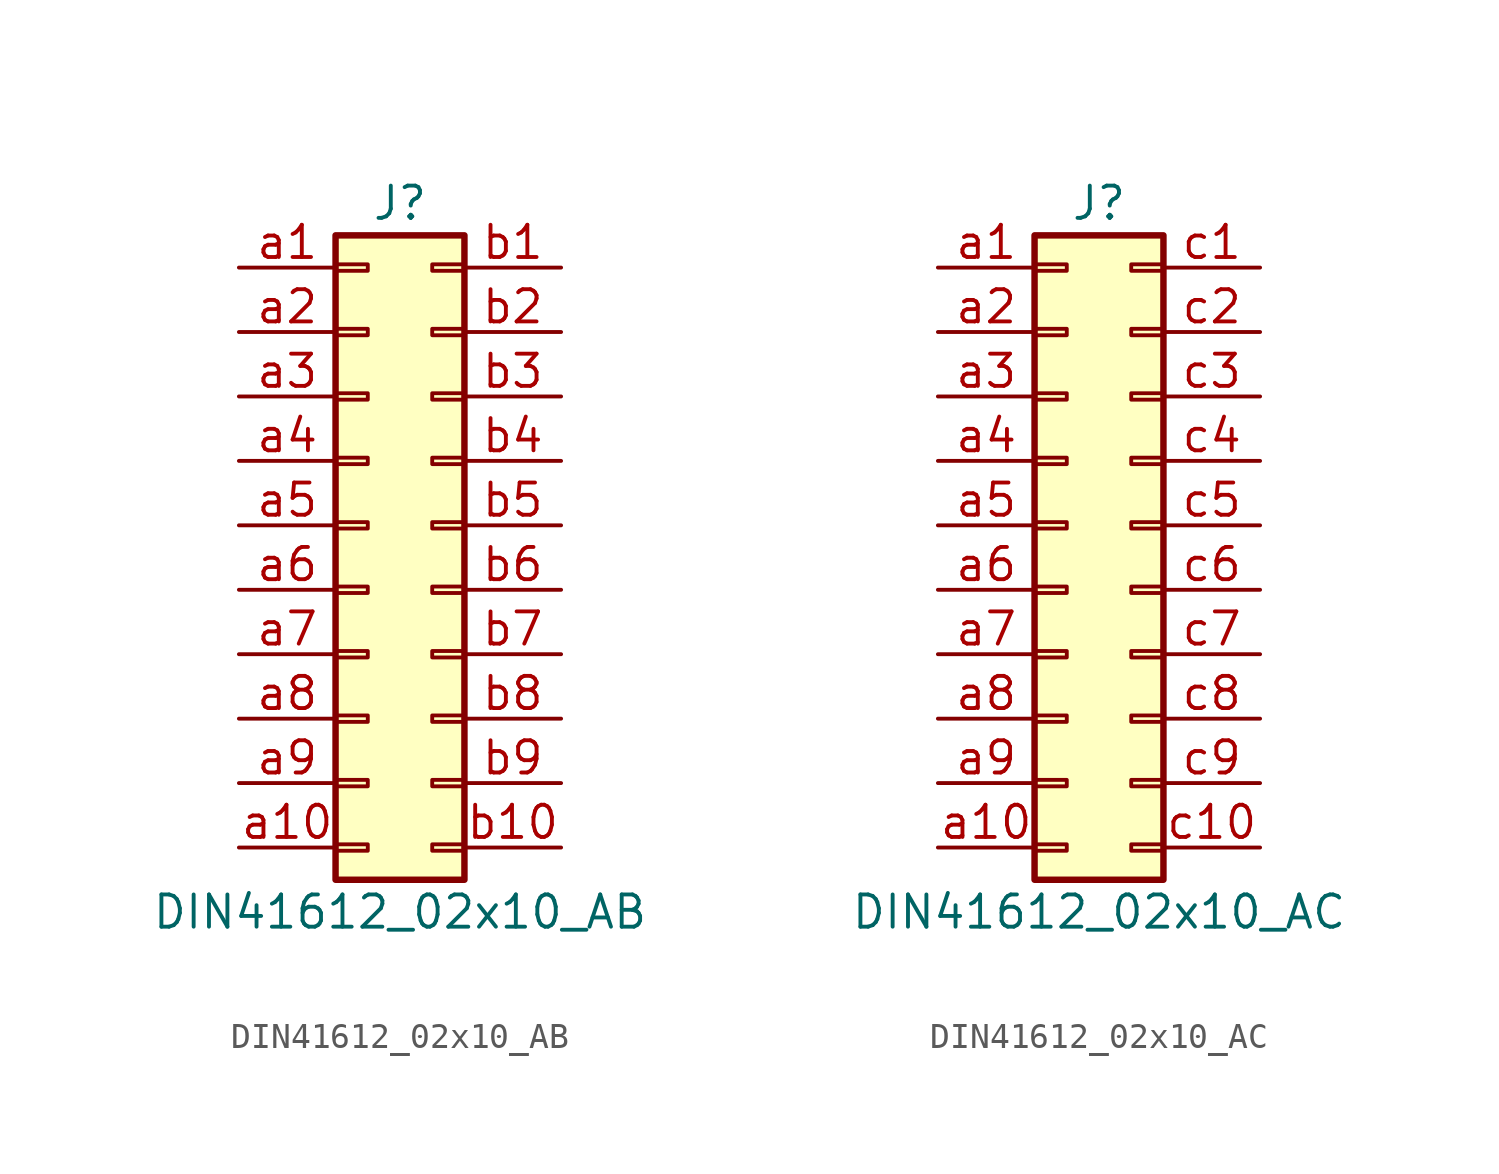
<source format=kicad_sym>
(kicad_symbol_lib
  (version 20241209)
  (generator "kicad_symbol_editor")
  (generator_version "9.0")
  (symbol "DIN41612_02x10_AB"
    (pin_names
      (offset 1.016)
      (hide yes))
    (property "Reference" "J"
      (at 1.27 12.7 0)
      (effects (font (size 1.27 1.27))))
    (property "Value" "DIN41612_02x10_AB"
      (at 1.27 -15.24 0)
      (effects (font (size 1.27 1.27))))
    (symbol "DIN41612_02x10_AB_1_1"
      (rectangle (start -1.27 11.43) (end 3.81 -13.97) (stroke (width 0.254) (type default)) (fill (type background)))
      (rectangle (start -1.27 10.287) (end 0 10.033) (stroke (width 0.152) (type default)) (fill (type none)))
      (rectangle (start -1.27 7.747) (end 0 7.493) (stroke (width 0.152) (type default)) (fill (type none)))
      (rectangle (start -1.27 5.207) (end 0 4.953) (stroke (width 0.152) (type default)) (fill (type none)))
      (rectangle (start -1.27 2.667) (end 0 2.413) (stroke (width 0.152) (type default)) (fill (type none)))
      (rectangle (start -1.27 0.127) (end 0 -0.127) (stroke (width 0.152) (type default)) (fill (type none)))
      (rectangle (start -1.27 -2.413) (end 0 -2.667) (stroke (width 0.152) (type default)) (fill (type none)))
      (rectangle (start -1.27 -4.953) (end 0 -5.207) (stroke (width 0.152) (type default)) (fill (type none)))
      (rectangle (start -1.27 -7.493) (end 0 -7.747) (stroke (width 0.152) (type default)) (fill (type none)))
      (rectangle (start -1.27 -10.033) (end 0 -10.287) (stroke (width 0.152) (type default)) (fill (type none)))
      (rectangle (start -1.27 -12.573) (end 0 -12.827) (stroke (width 0.152) (type default)) (fill (type none)))
      (rectangle (start 3.81 10.287) (end 2.54 10.033) (stroke (width 0.152) (type default)) (fill (type none)))
      (rectangle (start 3.81 7.747) (end 2.54 7.493) (stroke (width 0.152) (type default)) (fill (type none)))
      (rectangle (start 3.81 5.207) (end 2.54 4.953) (stroke (width 0.152) (type default)) (fill (type none)))
      (rectangle (start 3.81 2.667) (end 2.54 2.413) (stroke (width 0.152) (type default)) (fill (type none)))
      (rectangle (start 3.81 0.127) (end 2.54 -0.127) (stroke (width 0.152) (type default)) (fill (type none)))
      (rectangle (start 3.81 -2.413) (end 2.54 -2.667) (stroke (width 0.152) (type default)) (fill (type none)))
      (rectangle (start 3.81 -4.953) (end 2.54 -5.207) (stroke (width 0.152) (type default)) (fill (type none)))
      (rectangle (start 3.81 -7.493) (end 2.54 -7.747) (stroke (width 0.152) (type default)) (fill (type none)))
      (rectangle (start 3.81 -10.033) (end 2.54 -10.287) (stroke (width 0.152) (type default)) (fill (type none)))
      (rectangle (start 3.81 -12.573) (end 2.54 -12.827) (stroke (width 0.152) (type default)) (fill (type none)))
      (pin passive line (at -5.08 10.16 0) (length 3.81) (name "Pin_a1" (effects (font (size 1.27 1.27)))) (number "a1" (effects (font (size 1.27 1.27)))))
      (pin passive line (at -5.08 7.62 0) (length 3.81) (name "Pin_a2" (effects (font (size 1.27 1.27)))) (number "a2" (effects (font (size 1.27 1.27)))))
      (pin passive line (at -5.08 5.08 0) (length 3.81) (name "Pin_a3" (effects (font (size 1.27 1.27)))) (number "a3" (effects (font (size 1.27 1.27)))))
      (pin passive line (at -5.08 2.54 0) (length 3.81) (name "Pin_a4" (effects (font (size 1.27 1.27)))) (number "a4" (effects (font (size 1.27 1.27)))))
      (pin passive line (at -5.08 0 0) (length 3.81) (name "Pin_a5" (effects (font (size 1.27 1.27)))) (number "a5" (effects (font (size 1.27 1.27)))))
      (pin passive line (at -5.08 -2.54 0) (length 3.81) (name "Pin_a6" (effects (font (size 1.27 1.27)))) (number "a6" (effects (font (size 1.27 1.27)))))
      (pin passive line (at -5.08 -5.08 0) (length 3.81) (name "Pin_a7" (effects (font (size 1.27 1.27)))) (number "a7" (effects (font (size 1.27 1.27)))))
      (pin passive line (at -5.08 -7.62 0) (length 3.81) (name "Pin_a8" (effects (font (size 1.27 1.27)))) (number "a8" (effects (font (size 1.27 1.27)))))
      (pin passive line (at -5.08 -10.16 0) (length 3.81) (name "Pin_a9" (effects (font (size 1.27 1.27)))) (number "a9" (effects (font (size 1.27 1.27)))))
      (pin passive line (at -5.08 -12.7 0) (length 3.81) (name "Pin_a10" (effects (font (size 1.27 1.27)))) (number "a10" (effects (font (size 1.27 1.27)))))
      (pin passive line (at 7.62 10.16 180) (length 3.81) (name "Pin_b1" (effects (font (size 1.27 1.27)))) (number "b1" (effects (font (size 1.27 1.27)))))
      (pin passive line (at 7.62 7.62 180) (length 3.81) (name "Pin_b2" (effects (font (size 1.27 1.27)))) (number "b2" (effects (font (size 1.27 1.27)))))
      (pin passive line (at 7.62 5.08 180) (length 3.81) (name "Pin_b3" (effects (font (size 1.27 1.27)))) (number "b3" (effects (font (size 1.27 1.27)))))
      (pin passive line (at 7.62 2.54 180) (length 3.81) (name "Pin_b4" (effects (font (size 1.27 1.27)))) (number "b4" (effects (font (size 1.27 1.27)))))
      (pin passive line (at 7.62 0 180) (length 3.81) (name "Pin_b5" (effects (font (size 1.27 1.27)))) (number "b5" (effects (font (size 1.27 1.27)))))
      (pin passive line (at 7.62 -2.54 180) (length 3.81) (name "Pin_b6" (effects (font (size 1.27 1.27)))) (number "b6" (effects (font (size 1.27 1.27)))))
      (pin passive line (at 7.62 -5.08 180) (length 3.81) (name "Pin_b7" (effects (font (size 1.27 1.27)))) (number "b7" (effects (font (size 1.27 1.27)))))
      (pin passive line (at 7.62 -7.62 180) (length 3.81) (name "Pin_b8" (effects (font (size 1.27 1.27)))) (number "b8" (effects (font (size 1.27 1.27)))))
      (pin passive line (at 7.62 -10.16 180) (length 3.81) (name "Pin_b9" (effects (font (size 1.27 1.27)))) (number "b9" (effects (font (size 1.27 1.27)))))
      (pin passive line (at 7.62 -12.7 180) (length 3.81) (name "Pin_b10" (effects (font (size 1.27 1.27)))) (number "b10" (effects (font (size 1.27 1.27)))))))
  (symbol "DIN41612_02x10_AC"
    (pin_names
      (offset 1.016)
      (hide yes))
    (property "Reference" "J"
      (at 1.27 12.7 0)
      (effects (font (size 1.27 1.27))))
    (property "Value" "DIN41612_02x10_AC"
      (at 1.27 -15.24 0)
      (effects (font (size 1.27 1.27))))
    (symbol "DIN41612_02x10_AC_1_1"
      (rectangle (start -1.27 11.43) (end 3.81 -13.97) (stroke (width 0.254) (type default)) (fill (type background)))
      (rectangle (start -1.27 10.287) (end 0 10.033) (stroke (width 0.152) (type default)) (fill (type none)))
      (rectangle (start -1.27 7.747) (end 0 7.493) (stroke (width 0.152) (type default)) (fill (type none)))
      (rectangle (start -1.27 5.207) (end 0 4.953) (stroke (width 0.152) (type default)) (fill (type none)))
      (rectangle (start -1.27 2.667) (end 0 2.413) (stroke (width 0.152) (type default)) (fill (type none)))
      (rectangle (start -1.27 0.127) (end 0 -0.127) (stroke (width 0.152) (type default)) (fill (type none)))
      (rectangle (start -1.27 -2.413) (end 0 -2.667) (stroke (width 0.152) (type default)) (fill (type none)))
      (rectangle (start -1.27 -4.953) (end 0 -5.207) (stroke (width 0.152) (type default)) (fill (type none)))
      (rectangle (start -1.27 -7.493) (end 0 -7.747) (stroke (width 0.152) (type default)) (fill (type none)))
      (rectangle (start -1.27 -10.033) (end 0 -10.287) (stroke (width 0.152) (type default)) (fill (type none)))
      (rectangle (start -1.27 -12.573) (end 0 -12.827) (stroke (width 0.152) (type default)) (fill (type none)))
      (rectangle (start 3.81 10.287) (end 2.54 10.033) (stroke (width 0.152) (type default)) (fill (type none)))
      (rectangle (start 3.81 7.747) (end 2.54 7.493) (stroke (width 0.152) (type default)) (fill (type none)))
      (rectangle (start 3.81 5.207) (end 2.54 4.953) (stroke (width 0.152) (type default)) (fill (type none)))
      (rectangle (start 3.81 2.667) (end 2.54 2.413) (stroke (width 0.152) (type default)) (fill (type none)))
      (rectangle (start 3.81 0.127) (end 2.54 -0.127) (stroke (width 0.152) (type default)) (fill (type none)))
      (rectangle (start 3.81 -2.413) (end 2.54 -2.667) (stroke (width 0.152) (type default)) (fill (type none)))
      (rectangle (start 3.81 -4.953) (end 2.54 -5.207) (stroke (width 0.152) (type default)) (fill (type none)))
      (rectangle (start 3.81 -7.493) (end 2.54 -7.747) (stroke (width 0.152) (type default)) (fill (type none)))
      (rectangle (start 3.81 -10.033) (end 2.54 -10.287) (stroke (width 0.152) (type default)) (fill (type none)))
      (rectangle (start 3.81 -12.573) (end 2.54 -12.827) (stroke (width 0.152) (type default)) (fill (type none)))
      (pin passive line (at -5.08 10.16 0) (length 3.81) (name "Pin_a1" (effects (font (size 1.27 1.27)))) (number "a1" (effects (font (size 1.27 1.27)))))
      (pin passive line (at -5.08 7.62 0) (length 3.81) (name "Pin_a2" (effects (font (size 1.27 1.27)))) (number "a2" (effects (font (size 1.27 1.27)))))
      (pin passive line (at -5.08 5.08 0) (length 3.81) (name "Pin_a3" (effects (font (size 1.27 1.27)))) (number "a3" (effects (font (size 1.27 1.27)))))
      (pin passive line (at -5.08 2.54 0) (length 3.81) (name "Pin_a4" (effects (font (size 1.27 1.27)))) (number "a4" (effects (font (size 1.27 1.27)))))
      (pin passive line (at -5.08 0 0) (length 3.81) (name "Pin_a5" (effects (font (size 1.27 1.27)))) (number "a5" (effects (font (size 1.27 1.27)))))
      (pin passive line (at -5.08 -2.54 0) (length 3.81) (name "Pin_a6" (effects (font (size 1.27 1.27)))) (number "a6" (effects (font (size 1.27 1.27)))))
      (pin passive line (at -5.08 -5.08 0) (length 3.81) (name "Pin_a7" (effects (font (size 1.27 1.27)))) (number "a7" (effects (font (size 1.27 1.27)))))
      (pin passive line (at -5.08 -7.62 0) (length 3.81) (name "Pin_a8" (effects (font (size 1.27 1.27)))) (number "a8" (effects (font (size 1.27 1.27)))))
      (pin passive line (at -5.08 -10.16 0) (length 3.81) (name "Pin_a9" (effects (font (size 1.27 1.27)))) (number "a9" (effects (font (size 1.27 1.27)))))
      (pin passive line (at -5.08 -12.7 0) (length 3.81) (name "Pin_a10" (effects (font (size 1.27 1.27)))) (number "a10" (effects (font (size 1.27 1.27)))))
      (pin passive line (at 7.62 10.16 180) (length 3.81) (name "Pin_c1" (effects (font (size 1.27 1.27)))) (number "c1" (effects (font (size 1.27 1.27)))))
      (pin passive line (at 7.62 7.62 180) (length 3.81) (name "Pin_c2" (effects (font (size 1.27 1.27)))) (number "c2" (effects (font (size 1.27 1.27)))))
      (pin passive line (at 7.62 5.08 180) (length 3.81) (name "Pin_c3" (effects (font (size 1.27 1.27)))) (number "c3" (effects (font (size 1.27 1.27)))))
      (pin passive line (at 7.62 2.54 180) (length 3.81) (name "Pin_c4" (effects (font (size 1.27 1.27)))) (number "c4" (effects (font (size 1.27 1.27)))))
      (pin passive line (at 7.62 0 180) (length 3.81) (name "Pin_c5" (effects (font (size 1.27 1.27)))) (number "c5" (effects (font (size 1.27 1.27)))))
      (pin passive line (at 7.62 -2.54 180) (length 3.81) (name "Pin_c6" (effects (font (size 1.27 1.27)))) (number "c6" (effects (font (size 1.27 1.27)))))
      (pin passive line (at 7.62 -5.08 180) (length 3.81) (name "Pin_c7" (effects (font (size 1.27 1.27)))) (number "c7" (effects (font (size 1.27 1.27)))))
      (pin passive line (at 7.62 -7.62 180) (length 3.81) (name "Pin_c8" (effects (font (size 1.27 1.27)))) (number "c8" (effects (font (size 1.27 1.27)))))
      (pin passive line (at 7.62 -10.16 180) (length 3.81) (name "Pin_c9" (effects (font (size 1.27 1.27)))) (number "c9" (effects (font (size 1.27 1.27)))))
      (pin passive line (at 7.62 -12.7 180) (length 3.81) (name "Pin_c10" (effects (font (size 1.27 1.27)))) (number "c10" (effects (font (size 1.27 1.27))))))))
</source>
